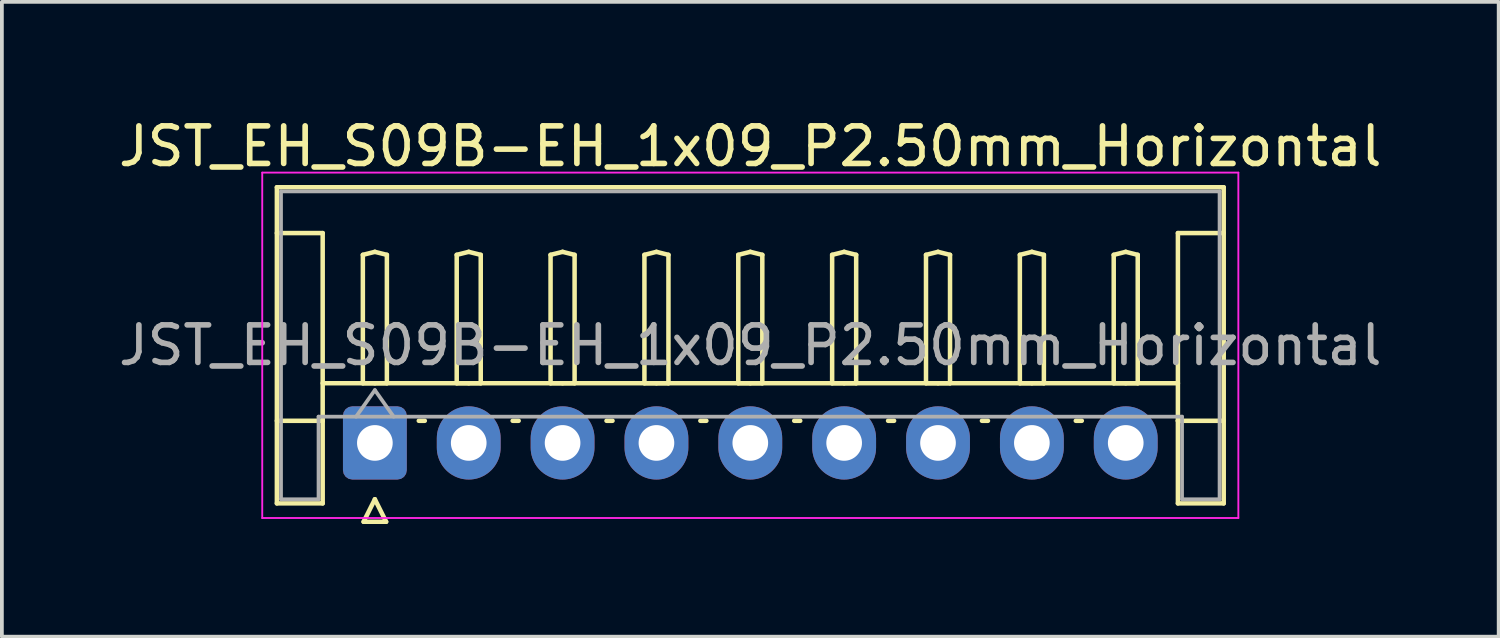
<source format=kicad_pcb>
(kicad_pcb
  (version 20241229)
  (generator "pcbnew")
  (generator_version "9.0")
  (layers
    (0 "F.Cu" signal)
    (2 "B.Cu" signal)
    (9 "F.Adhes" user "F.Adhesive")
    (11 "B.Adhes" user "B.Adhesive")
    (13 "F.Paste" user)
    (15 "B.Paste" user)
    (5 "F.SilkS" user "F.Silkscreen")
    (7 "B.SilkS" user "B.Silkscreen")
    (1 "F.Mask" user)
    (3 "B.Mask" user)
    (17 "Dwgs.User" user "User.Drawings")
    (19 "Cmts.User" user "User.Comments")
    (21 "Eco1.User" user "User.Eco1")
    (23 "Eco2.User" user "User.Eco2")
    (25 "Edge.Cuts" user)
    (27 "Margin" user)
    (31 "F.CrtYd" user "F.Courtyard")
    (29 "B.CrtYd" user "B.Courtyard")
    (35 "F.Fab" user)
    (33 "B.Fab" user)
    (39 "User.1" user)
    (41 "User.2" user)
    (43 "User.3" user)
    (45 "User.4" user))
  (footprint "JST_EH_S09B-EH_1x09_P2.50mm_Horizontal"
    (layer "F.Cu")
    (at 6.935 8.748)
    (property "Reference" "JST_EH_S09B-EH_1x09_P2.50mm_Horizontal" (at 10 -7.9 0) (layer "F.SilkS") (effects (font (size 1 1) (thickness 0.15))))
    (attr through_hole)
    (fp_line (start -2.61 -6.81) (end 22.61 -6.81) (stroke (width 0.12) (type solid)) (layer "F.SilkS"))
    (fp_line (start -2.61 -5.59) (end -1.39 -5.59) (stroke (width 0.12) (type solid)) (layer "F.SilkS"))
    (fp_line (start -2.61 1.61) (end -2.61 -6.81) (stroke (width 0.12) (type solid)) (layer "F.SilkS"))
    (fp_line (start -1.39 -5.59) (end -1.39 -0.59) (stroke (width 0.12) (type solid)) (layer "F.SilkS"))
    (fp_line (start -1.39 -1.59) (end 21.39 -1.59) (stroke (width 0.12) (type solid)) (layer "F.SilkS"))
    (fp_line (start -1.39 -0.59) (end -2.61 -0.59) (stroke (width 0.12) (type solid)) (layer "F.SilkS"))
    (fp_line (start -1.39 -0.59) (end -1.39 1.61) (stroke (width 0.12) (type solid)) (layer "F.SilkS"))
    (fp_line (start -1.39 1.61) (end -2.61 1.61) (stroke (width 0.12) (type solid)) (layer "F.SilkS"))
    (fp_line (start -0.32 -5.01) (end 0 -5.09) (stroke (width 0.12) (type solid)) (layer "F.SilkS"))
    (fp_line (start -0.32 -1.59) (end -0.32 -5.01) (stroke (width 0.12) (type solid)) (layer "F.SilkS"))
    (fp_line (start -0.3 2.1) (end 0.3 2.1) (stroke (width 0.12) (type solid)) (layer "F.SilkS"))
    (fp_line (start 0 -5.09) (end 0.32 -5.01) (stroke (width 0.12) (type solid)) (layer "F.SilkS"))
    (fp_line (start 0 -1.59) (end -0.32 -1.59) (stroke (width 0.12) (type solid)) (layer "F.SilkS"))
    (fp_line (start 0 1.5) (end -0.3 2.1) (stroke (width 0.12) (type solid)) (layer "F.SilkS"))
    (fp_line (start 0.3 2.1) (end 0 1.5) (stroke (width 0.12) (type solid)) (layer "F.SilkS"))
    (fp_line (start 0.32 -5.01) (end 0.32 -1.59) (stroke (width 0.12) (type solid)) (layer "F.SilkS"))
    (fp_line (start 0.32 -1.59) (end 0 -1.59) (stroke (width 0.12) (type solid)) (layer "F.SilkS"))
    (fp_line (start 1.17 -0.59) (end 1.33 -0.59) (stroke (width 0.12) (type solid)) (layer "F.SilkS"))
    (fp_line (start 2.18 -5.01) (end 2.5 -5.09) (stroke (width 0.12) (type solid)) (layer "F.SilkS"))
    (fp_line (start 2.18 -1.59) (end 2.18 -5.01) (stroke (width 0.12) (type solid)) (layer "F.SilkS"))
    (fp_line (start 2.5 -5.09) (end 2.82 -5.01) (stroke (width 0.12) (type solid)) (layer "F.SilkS"))
    (fp_line (start 2.5 -1.59) (end 2.18 -1.59) (stroke (width 0.12) (type solid)) (layer "F.SilkS"))
    (fp_line (start 2.82 -5.01) (end 2.82 -1.59) (stroke (width 0.12) (type solid)) (layer "F.SilkS"))
    (fp_line (start 2.82 -1.59) (end 2.5 -1.59) (stroke (width 0.12) (type solid)) (layer "F.SilkS"))
    (fp_line (start 3.67 -0.59) (end 3.83 -0.59) (stroke (width 0.12) (type solid)) (layer "F.SilkS"))
    (fp_line (start 4.68 -5.01) (end 5 -5.09) (stroke (width 0.12) (type solid)) (layer "F.SilkS"))
    (fp_line (start 4.68 -1.59) (end 4.68 -5.01) (stroke (width 0.12) (type solid)) (layer "F.SilkS"))
    (fp_line (start 5 -5.09) (end 5.32 -5.01) (stroke (width 0.12) (type solid)) (layer "F.SilkS"))
    (fp_line (start 5 -1.59) (end 4.68 -1.59) (stroke (width 0.12) (type solid)) (layer "F.SilkS"))
    (fp_line (start 5.32 -5.01) (end 5.32 -1.59) (stroke (width 0.12) (type solid)) (layer "F.SilkS"))
    (fp_line (start 5.32 -1.59) (end 5 -1.59) (stroke (width 0.12) (type solid)) (layer "F.SilkS"))
    (fp_line (start 6.17 -0.59) (end 6.33 -0.59) (stroke (width 0.12) (type solid)) (layer "F.SilkS"))
    (fp_line (start 7.18 -5.01) (end 7.5 -5.09) (stroke (width 0.12) (type solid)) (layer "F.SilkS"))
    (fp_line (start 7.18 -1.59) (end 7.18 -5.01) (stroke (width 0.12) (type solid)) (layer "F.SilkS"))
    (fp_line (start 7.5 -5.09) (end 7.82 -5.01) (stroke (width 0.12) (type solid)) (layer "F.SilkS"))
    (fp_line (start 7.5 -1.59) (end 7.18 -1.59) (stroke (width 0.12) (type solid)) (layer "F.SilkS"))
    (fp_line (start 7.82 -5.01) (end 7.82 -1.59) (stroke (width 0.12) (type solid)) (layer "F.SilkS"))
    (fp_line (start 7.82 -1.59) (end 7.5 -1.59) (stroke (width 0.12) (type solid)) (layer "F.SilkS"))
    (fp_line (start 8.67 -0.59) (end 8.83 -0.59) (stroke (width 0.12) (type solid)) (layer "F.SilkS"))
    (fp_line (start 9.68 -5.01) (end 10 -5.09) (stroke (width 0.12) (type solid)) (layer "F.SilkS"))
    (fp_line (start 9.68 -1.59) (end 9.68 -5.01) (stroke (width 0.12) (type solid)) (layer "F.SilkS"))
    (fp_line (start 10 -5.09) (end 10.32 -5.01) (stroke (width 0.12) (type solid)) (layer "F.SilkS"))
    (fp_line (start 10 -1.59) (end 9.68 -1.59) (stroke (width 0.12) (type solid)) (layer "F.SilkS"))
    (fp_line (start 10.32 -5.01) (end 10.32 -1.59) (stroke (width 0.12) (type solid)) (layer "F.SilkS"))
    (fp_line (start 10.32 -1.59) (end 10 -1.59) (stroke (width 0.12) (type solid)) (layer "F.SilkS"))
    (fp_line (start 11.17 -0.59) (end 11.33 -0.59) (stroke (width 0.12) (type solid)) (layer "F.SilkS"))
    (fp_line (start 12.18 -5.01) (end 12.5 -5.09) (stroke (width 0.12) (type solid)) (layer "F.SilkS"))
    (fp_line (start 12.18 -1.59) (end 12.18 -5.01) (stroke (width 0.12) (type solid)) (layer "F.SilkS"))
    (fp_line (start 12.5 -5.09) (end 12.82 -5.01) (stroke (width 0.12) (type solid)) (layer "F.SilkS"))
    (fp_line (start 12.5 -1.59) (end 12.18 -1.59) (stroke (width 0.12) (type solid)) (layer "F.SilkS"))
    (fp_line (start 12.82 -5.01) (end 12.82 -1.59) (stroke (width 0.12) (type solid)) (layer "F.SilkS"))
    (fp_line (start 12.82 -1.59) (end 12.5 -1.59) (stroke (width 0.12) (type solid)) (layer "F.SilkS"))
    (fp_line (start 13.67 -0.59) (end 13.83 -0.59) (stroke (width 0.12) (type solid)) (layer "F.SilkS"))
    (fp_line (start 14.68 -5.01) (end 15 -5.09) (stroke (width 0.12) (type solid)) (layer "F.SilkS"))
    (fp_line (start 14.68 -1.59) (end 14.68 -5.01) (stroke (width 0.12) (type solid)) (layer "F.SilkS"))
    (fp_line (start 15 -5.09) (end 15.32 -5.01) (stroke (width 0.12) (type solid)) (layer "F.SilkS"))
    (fp_line (start 15 -1.59) (end 14.68 -1.59) (stroke (width 0.12) (type solid)) (layer "F.SilkS"))
    (fp_line (start 15.32 -5.01) (end 15.32 -1.59) (stroke (width 0.12) (type solid)) (layer "F.SilkS"))
    (fp_line (start 15.32 -1.59) (end 15 -1.59) (stroke (width 0.12) (type solid)) (layer "F.SilkS"))
    (fp_line (start 16.17 -0.59) (end 16.33 -0.59) (stroke (width 0.12) (type solid)) (layer "F.SilkS"))
    (fp_line (start 17.18 -5.01) (end 17.5 -5.09) (stroke (width 0.12) (type solid)) (layer "F.SilkS"))
    (fp_line (start 17.18 -1.59) (end 17.18 -5.01) (stroke (width 0.12) (type solid)) (layer "F.SilkS"))
    (fp_line (start 17.5 -5.09) (end 17.82 -5.01) (stroke (width 0.12) (type solid)) (layer "F.SilkS"))
    (fp_line (start 17.5 -1.59) (end 17.18 -1.59) (stroke (width 0.12) (type solid)) (layer "F.SilkS"))
    (fp_line (start 17.82 -5.01) (end 17.82 -1.59) (stroke (width 0.12) (type solid)) (layer "F.SilkS"))
    (fp_line (start 17.82 -1.59) (end 17.5 -1.59) (stroke (width 0.12) (type solid)) (layer "F.SilkS"))
    (fp_line (start 18.67 -0.59) (end 18.83 -0.59) (stroke (width 0.12) (type solid)) (layer "F.SilkS"))
    (fp_line (start 19.68 -5.01) (end 20 -5.09) (stroke (width 0.12) (type solid)) (layer "F.SilkS"))
    (fp_line (start 19.68 -1.59) (end 19.68 -5.01) (stroke (width 0.12) (type solid)) (layer "F.SilkS"))
    (fp_line (start 20 -5.09) (end 20.32 -5.01) (stroke (width 0.12) (type solid)) (layer "F.SilkS"))
    (fp_line (start 20 -1.59) (end 19.68 -1.59) (stroke (width 0.12) (type solid)) (layer "F.SilkS"))
    (fp_line (start 20.32 -5.01) (end 20.32 -1.59) (stroke (width 0.12) (type solid)) (layer "F.SilkS"))
    (fp_line (start 20.32 -1.59) (end 20 -1.59) (stroke (width 0.12) (type solid)) (layer "F.SilkS"))
    (fp_line (start 21.39 -5.59) (end 21.39 -0.59) (stroke (width 0.12) (type solid)) (layer "F.SilkS"))
    (fp_line (start 21.39 -0.59) (end 22.61 -0.59) (stroke (width 0.12) (type solid)) (layer "F.SilkS"))
    (fp_line (start 21.39 1.61) (end 21.39 -0.59) (stroke (width 0.12) (type solid)) (layer "F.SilkS"))
    (fp_line (start 22.61 -6.81) (end 22.61 1.61) (stroke (width 0.12) (type solid)) (layer "F.SilkS"))
    (fp_line (start 22.61 -5.59) (end 21.39 -5.59) (stroke (width 0.12) (type solid)) (layer "F.SilkS"))
    (fp_line (start 22.61 1.61) (end 21.39 1.61) (stroke (width 0.12) (type solid)) (layer "F.SilkS"))
    (fp_line (start -3 -7.2) (end -3 2) (stroke (width 0.05) (type solid)) (layer "F.CrtYd"))
    (fp_line (start -3 2) (end 23 2) (stroke (width 0.05) (type solid)) (layer "F.CrtYd"))
    (fp_line (start 23 -7.2) (end -3 -7.2) (stroke (width 0.05) (type solid)) (layer "F.CrtYd"))
    (fp_line (start 23 2) (end 23 -7.2) (stroke (width 0.05) (type solid)) (layer "F.CrtYd"))
    (fp_line (start -2.5 -6.7) (end 22.5 -6.7) (stroke (width 0.1) (type solid)) (layer "F.Fab"))
    (fp_line (start -2.5 1.5) (end -2.5 -6.7) (stroke (width 0.1) (type solid)) (layer "F.Fab"))
    (fp_line (start -1.5 -0.7) (end -1.5 1.5) (stroke (width 0.1) (type solid)) (layer "F.Fab"))
    (fp_line (start -1.5 1.5) (end -2.5 1.5) (stroke (width 0.1) (type solid)) (layer "F.Fab"))
    (fp_line (start -0.5 -0.7) (end 0 -1.407) (stroke (width 0.1) (type solid)) (layer "F.Fab"))
    (fp_line (start 0 -1.407) (end 0.5 -0.7) (stroke (width 0.1) (type solid)) (layer "F.Fab"))
    (fp_line (start 21.5 -0.7) (end -1.5 -0.7) (stroke (width 0.1) (type solid)) (layer "F.Fab"))
    (fp_line (start 21.5 1.5) (end 21.5 -0.7) (stroke (width 0.1) (type solid)) (layer "F.Fab"))
    (fp_line (start 22.5 -6.7) (end 22.5 1.5) (stroke (width 0.1) (type solid)) (layer "F.Fab"))
    (fp_line (start 22.5 1.5) (end 21.5 1.5) (stroke (width 0.1) (type solid)) (layer "F.Fab"))
    (fp_text user "${REFERENCE}" (at 10 -2.6 0) (layer "F.Fab") (effects (font (size 1 1) (thickness 0.15))))
    (pad "1" thru_hole roundrect (at 0 0) (size 1.7 1.95) (drill 0.95) (layers "*.Cu" "*.Mask") (roundrect_rratio 0.147))
    (pad "2" thru_hole oval (at 2.5 0) (size 1.7 1.95) (drill 0.95) (layers "*.Cu" "*.Mask"))
    (pad "3" thru_hole oval (at 5 0) (size 1.7 1.95) (drill 0.95) (layers "*.Cu" "*.Mask"))
    (pad "4" thru_hole oval (at 7.5 0) (size 1.7 1.95) (drill 0.95) (layers "*.Cu" "*.Mask"))
    (pad "5" thru_hole oval (at 10 0) (size 1.7 1.95) (drill 0.95) (layers "*.Cu" "*.Mask"))
    (pad "6" thru_hole oval (at 12.5 0) (size 1.7 1.95) (drill 0.95) (layers "*.Cu" "*.Mask"))
    (pad "7" thru_hole oval (at 15 0) (size 1.7 1.95) (drill 0.95) (layers "*.Cu" "*.Mask"))
    (pad "8" thru_hole oval (at 17.5 0) (size 1.7 1.95) (drill 0.95) (layers "*.Cu" "*.Mask"))
    (pad "9" thru_hole oval (at 20 0) (size 1.7 1.95) (drill 0.95) (layers "*.Cu" "*.Mask")))
  (gr_rect
    (start -3 -3)
    (end 36.869 13.908)
    (stroke (width 0.1) (type default))
    (fill no)
    (layer "Edge.Cuts")))
</source>
